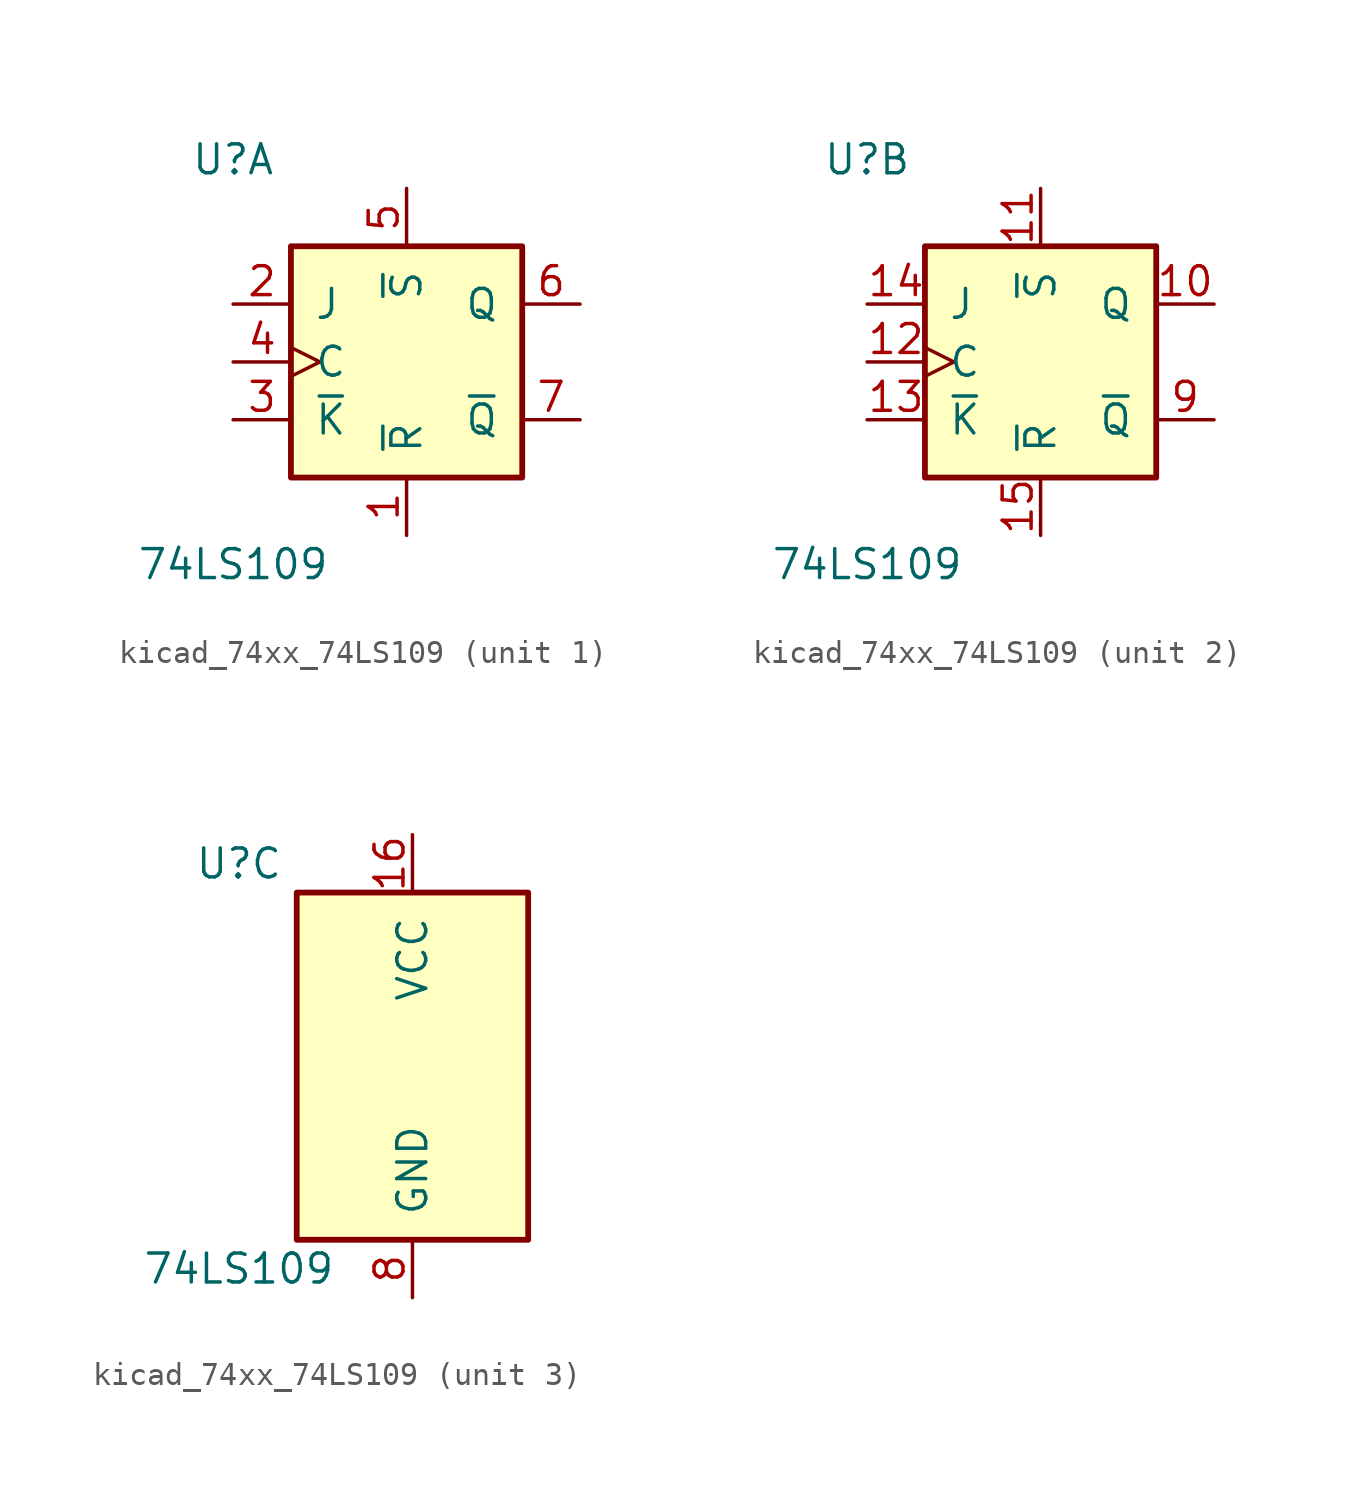
<source format=kicad_sym>
(kicad_symbol_lib
  (version 20220914)
  (generator kicad_symbol_editor)
  (symbol "kicad_74xx_74LS109"
    (pin_names
      (offset 1.016))
    (property "Reference" "U"
      (at -7.62 8.89 0)
      (effects (font (size 1.27 1.27))))
    (property "Value" "74LS109"
      (at -7.62 -8.89 0)
      (effects (font (size 1.27 1.27))))
    (property "ki_locked" ""
      (at 0 0 0)
      (effects (font (size 1.27 1.27))))
    (symbol "kicad_74xx_74LS109_1_0"
      (pin input line (at 0 -7.62 90) (length 2.54) (name "~{R}" (effects (font (size 1.27 1.27)))) (number "1" (effects (font (size 1.27 1.27)))))
      (pin input line (at -7.62 2.54 0) (length 2.54) (name "J" (effects (font (size 1.27 1.27)))) (number "2" (effects (font (size 1.27 1.27)))))
      (pin input line (at -7.62 -2.54 0) (length 2.54) (name "~{K}" (effects (font (size 1.27 1.27)))) (number "3" (effects (font (size 1.27 1.27)))))
      (pin input clock (at -7.62 0 0) (length 2.54) (name "C" (effects (font (size 1.27 1.27)))) (number "4" (effects (font (size 1.27 1.27)))))
      (pin input line (at 0 7.62 270) (length 2.54) (name "~{S}" (effects (font (size 1.27 1.27)))) (number "5" (effects (font (size 1.27 1.27)))))
      (pin output line (at 7.62 2.54 180) (length 2.54) (name "Q" (effects (font (size 1.27 1.27)))) (number "6" (effects (font (size 1.27 1.27)))))
      (pin output line (at 7.62 -2.54 180) (length 2.54) (name "~{Q}" (effects (font (size 1.27 1.27)))) (number "7" (effects (font (size 1.27 1.27))))))
    (symbol "kicad_74xx_74LS109_1_1"
      (rectangle (start -5.08 5.08) (end 5.08 -5.08) (stroke (width 0.254) (type default)) (fill (type background))))
    (symbol "kicad_74xx_74LS109_2_0"
      (pin output line (at 7.62 2.54 180) (length 2.54) (name "Q" (effects (font (size 1.27 1.27)))) (number "10" (effects (font (size 1.27 1.27)))))
      (pin input line (at 0 7.62 270) (length 2.54) (name "~{S}" (effects (font (size 1.27 1.27)))) (number "11" (effects (font (size 1.27 1.27)))))
      (pin input clock (at -7.62 0 0) (length 2.54) (name "C" (effects (font (size 1.27 1.27)))) (number "12" (effects (font (size 1.27 1.27)))))
      (pin input line (at -7.62 -2.54 0) (length 2.54) (name "~{K}" (effects (font (size 1.27 1.27)))) (number "13" (effects (font (size 1.27 1.27)))))
      (pin input line (at -7.62 2.54 0) (length 2.54) (name "J" (effects (font (size 1.27 1.27)))) (number "14" (effects (font (size 1.27 1.27)))))
      (pin input line (at 0 -7.62 90) (length 2.54) (name "~{R}" (effects (font (size 1.27 1.27)))) (number "15" (effects (font (size 1.27 1.27)))))
      (pin output line (at 7.62 -2.54 180) (length 2.54) (name "~{Q}" (effects (font (size 1.27 1.27)))) (number "9" (effects (font (size 1.27 1.27))))))
    (symbol "kicad_74xx_74LS109_2_1"
      (rectangle (start -5.08 5.08) (end 5.08 -5.08) (stroke (width 0.254) (type default)) (fill (type background))))
    (symbol "kicad_74xx_74LS109_3_0"
      (pin power_in line (at 0 10.16 270) (length 2.54) (name "VCC" (effects (font (size 1.27 1.27)))) (number "16" (effects (font (size 1.27 1.27)))))
      (pin power_in line (at 0 -10.16 90) (length 2.54) (name "GND" (effects (font (size 1.27 1.27)))) (number "8" (effects (font (size 1.27 1.27))))))
    (symbol "kicad_74xx_74LS109_3_1"
      (rectangle (start -5.08 7.62) (end 5.08 -7.62) (stroke (width 0.254) (type default)) (fill (type background))))))
</source>
